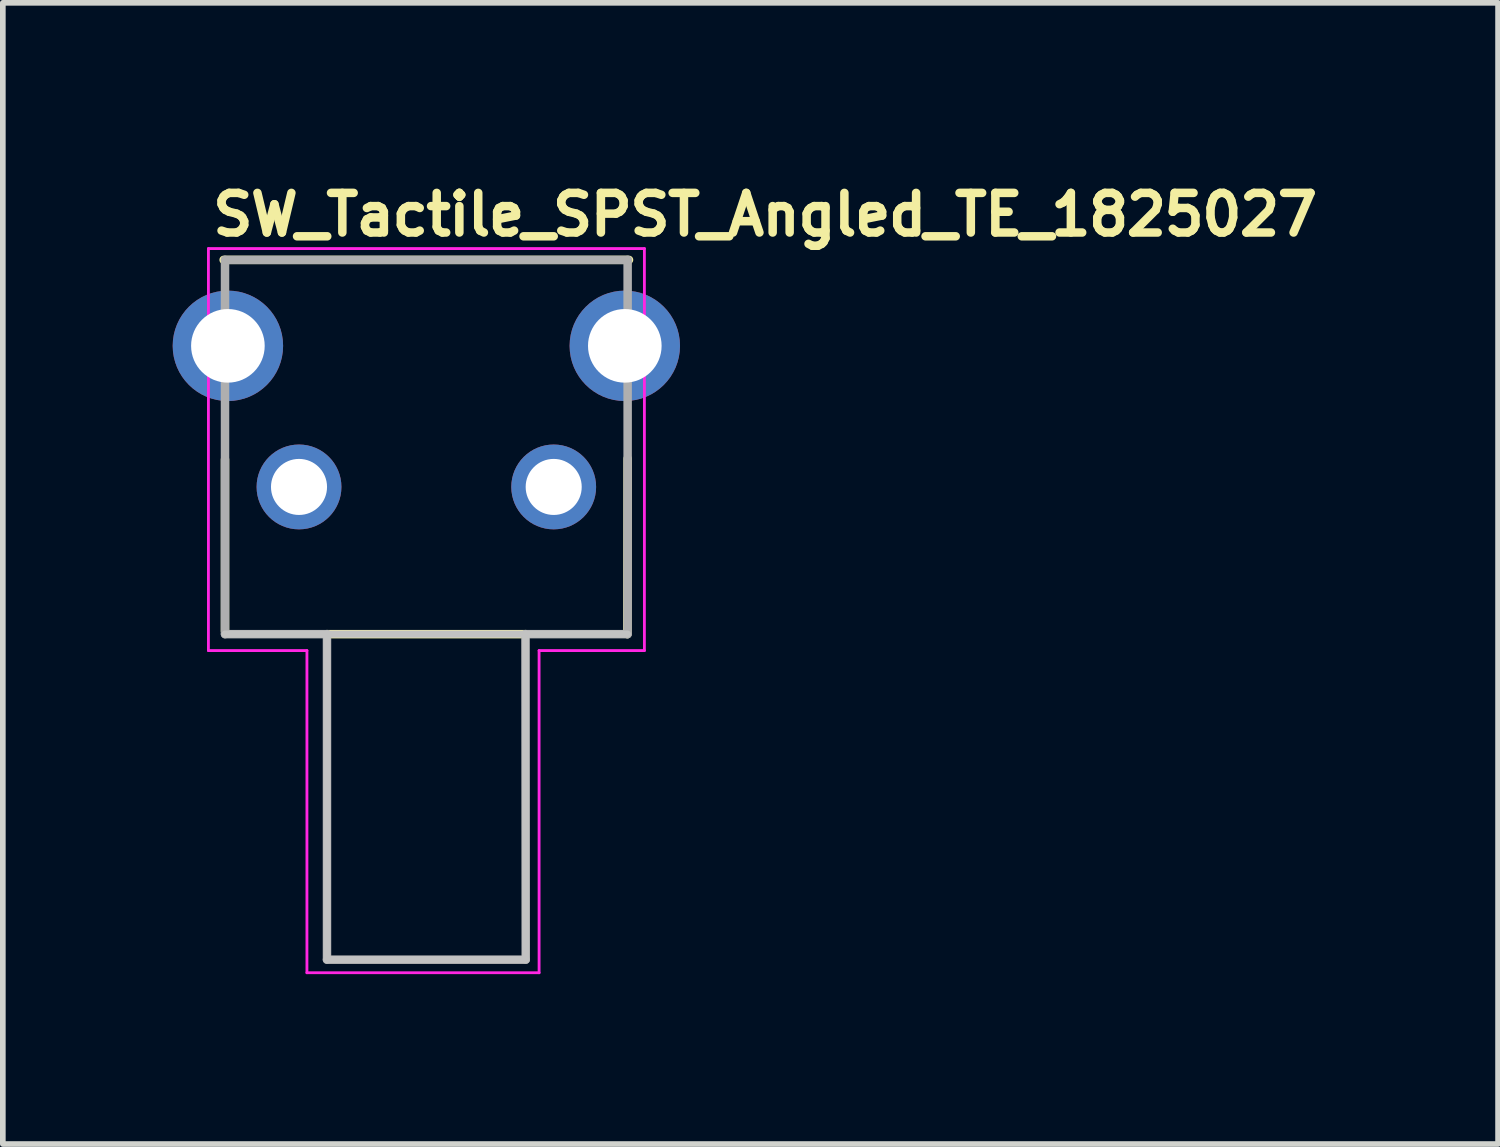
<source format=kicad_pcb>
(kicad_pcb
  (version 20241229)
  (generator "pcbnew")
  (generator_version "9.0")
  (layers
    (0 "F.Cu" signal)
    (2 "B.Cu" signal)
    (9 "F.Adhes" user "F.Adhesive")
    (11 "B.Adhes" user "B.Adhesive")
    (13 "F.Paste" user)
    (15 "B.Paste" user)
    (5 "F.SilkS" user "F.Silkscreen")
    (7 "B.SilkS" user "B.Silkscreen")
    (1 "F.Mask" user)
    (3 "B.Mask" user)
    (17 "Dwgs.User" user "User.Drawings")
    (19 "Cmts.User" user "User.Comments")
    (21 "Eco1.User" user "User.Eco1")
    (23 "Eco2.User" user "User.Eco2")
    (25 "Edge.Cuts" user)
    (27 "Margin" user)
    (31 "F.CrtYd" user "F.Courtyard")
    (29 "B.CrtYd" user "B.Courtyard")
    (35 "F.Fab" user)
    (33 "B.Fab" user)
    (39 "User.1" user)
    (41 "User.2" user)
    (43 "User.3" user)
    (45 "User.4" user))
  (footprint "SW_Tactile_SPST_Angled_TE_1825027"
    (layer "F.Cu")
    (at 2.231 5.55)
    (property "Reference" "SW_Tactile_SPST_Angled_TE_1825027" (at -1.6 -4.4 0) (layer "F.SilkS") (effects (font (size 0.7 0.7) (thickness 0.15)) (justify left bottom)))
    (attr through_hole)
    (fp_line (start -1.331 -4.01) (end 5.828 -4.01) (stroke (width 0.15) (type solid)) (layer "F.SilkS"))
    (fp_line (start -1.307 2.548) (end -1.307 -0.485) (stroke (width 0.15) (type solid)) (layer "F.SilkS"))
    (fp_line (start 4.004 2.6) (end 0.494 2.6) (stroke (width 0.15) (type solid)) (layer "F.SilkS"))
    (fp_line (start 5.804 -0.5) (end 5.799 2.6) (stroke (width 0.15) (type solid)) (layer "F.SilkS"))
    (fp_line (start 0.494 2.6) (end -1.307 2.6) (stroke (width 0.127) (type solid)) (layer "Dwgs.User"))
    (fp_line (start 0.494 2.6) (end 0.494 8.349) (stroke (width 0.127) (type solid)) (layer "Dwgs.User"))
    (fp_line (start 0.494 8.349) (end 4.004 8.349) (stroke (width 0.127) (type solid)) (layer "Dwgs.User"))
    (fp_line (start 4.004 2.6) (end 0.494 2.6) (stroke (width 0.127) (type solid)) (layer "Dwgs.User"))
    (fp_line (start 4.004 8.349) (end 4.004 2.6) (stroke (width 0.127) (type solid)) (layer "Dwgs.User"))
    (fp_line (start 5.799 2.6) (end 3.999 2.6) (stroke (width 0.127) (type solid)) (layer "Dwgs.User"))
    (fp_line (start -1.6 -4.21) (end -1.6 2.89) (stroke (width 0.05) (type solid)) (layer "F.CrtYd"))
    (fp_line (start -1.6 2.89) (end 0.14 2.89) (stroke (width 0.05) (type solid)) (layer "F.CrtYd"))
    (fp_line (start 0.14 2.89) (end 0.14 8.58) (stroke (width 0.05) (type solid)) (layer "F.CrtYd"))
    (fp_line (start 0.14 8.58) (end 4.24 8.58) (stroke (width 0.05) (type solid)) (layer "F.CrtYd"))
    (fp_line (start 4.24 2.89) (end 6.1 2.89) (stroke (width 0.05) (type solid)) (layer "F.CrtYd"))
    (fp_line (start 4.24 8.58) (end 4.24 2.89) (stroke (width 0.05) (type solid)) (layer "F.CrtYd"))
    (fp_line (start 6.1 -4.21) (end -1.6 -4.21) (stroke (width 0.05) (type solid)) (layer "F.CrtYd"))
    (fp_line (start 6.1 2.89) (end 6.1 -4.21) (stroke (width 0.05) (type solid)) (layer "F.CrtYd"))
    (fp_line (start -1.307 -4.01) (end 5.804 -4.01) (stroke (width 0.15) (type solid)) (layer "F.Fab"))
    (fp_line (start -1.307 2.6) (end -1.307 -4.01) (stroke (width 0.15) (type solid)) (layer "F.Fab"))
    (fp_line (start 0.494 2.6) (end -1.307 2.6) (stroke (width 0.15) (type solid)) (layer "F.Fab"))
    (fp_line (start 0.494 2.6) (end 0.494 8.349) (stroke (width 0.15) (type solid)) (layer "F.Fab"))
    (fp_line (start 0.494 8.349) (end 4.004 8.349) (stroke (width 0.15) (type solid)) (layer "F.Fab"))
    (fp_line (start 4.004 8.349) (end 3.999 2.6) (stroke (width 0.15) (type solid)) (layer "F.Fab"))
    (fp_line (start 5.799 2.6) (end 3.999 2.6) (stroke (width 0.15) (type solid)) (layer "F.Fab"))
    (fp_line (start 5.804 -4.01) (end 5.804 2.6) (stroke (width 0.15) (type solid)) (layer "F.Fab"))
    (fp_rect (start -1.954 -4.02) (end 6.453 8.351) (stroke (width 0.1) (type solid)) (fill no) (layer "User.5"))
    (fp_line (start -1.954 -2.991) (end -1.954 -2) (stroke (width 0.02) (type solid)) (layer "User.9"))
    (fp_line (start -1.954 -2.991) (end -1.861 -2.991) (stroke (width 0.02) (type solid)) (layer "User.9"))
    (fp_line (start -1.954 -2) (end -1.861 -2) (stroke (width 0.02) (type solid)) (layer "User.9"))
    (fp_line (start -1.911 -2.991) (end -1.861 -2.991) (stroke (width 0.02) (type solid)) (layer "User.9"))
    (fp_line (start -1.911 -2) (end -1.861 -2) (stroke (width 0.02) (type solid)) (layer "User.9"))
    (fp_line (start -1.861 -2.991) (end -1.329 -2.991) (stroke (width 0.02) (type solid)) (layer "User.9"))
    (fp_line (start -1.861 -2) (end -1.329 -2) (stroke (width 0.02) (type solid)) (layer "User.9"))
    (fp_line (start -1.329 -2.991) (end -1.307 -2.991) (stroke (width 0.02) (type solid)) (layer "User.9"))
    (fp_line (start -1.329 -2) (end -1.307 -2) (stroke (width 0.02) (type solid)) (layer "User.9"))
    (fp_line (start -1.307 -4.02) (end -1.307 -2.672) (stroke (width 0.02) (type solid)) (layer "User.9"))
    (fp_line (start -1.307 -2.672) (end -1.307 -1.073) (stroke (width 0.02) (type solid)) (layer "User.9"))
    (fp_line (start -1.307 -1.073) (end -1.307 -0.566) (stroke (width 0.02) (type solid)) (layer "User.9"))
    (fp_line (start -1.307 -0.591) (end -1.307 -0.566) (stroke (width 0.02) (type solid)) (layer "User.9"))
    (fp_line (start -1.307 2.152) (end -1.307 -0.566) (stroke (width 0.02) (type solid)) (layer "User.9"))
    (fp_line (start -1.307 2.152) (end -1.307 2.175) (stroke (width 0.02) (type solid)) (layer "User.9"))
    (fp_line (start -1.307 2.175) (end -1.305 2.196) (stroke (width 0.02) (type solid)) (layer "User.9"))
    (fp_line (start -1.305 -0.617) (end -1.307 -0.591) (stroke (width 0.02) (type solid)) (layer "User.9"))
    (fp_line (start -1.305 2.196) (end -1.303 2.217) (stroke (width 0.02) (type solid)) (layer "User.9"))
    (fp_line (start -1.303 2.217) (end -1.299 2.237) (stroke (width 0.02) (type solid)) (layer "User.9"))
    (fp_line (start -1.301 -0.643) (end -1.305 -0.617) (stroke (width 0.02) (type solid)) (layer "User.9"))
    (fp_line (start -1.299 2.237) (end -1.295 2.258) (stroke (width 0.02) (type solid)) (layer "User.9"))
    (fp_line (start -1.297 -0.668) (end -1.301 -0.643) (stroke (width 0.02) (type solid)) (layer "User.9"))
    (fp_line (start -1.295 2.258) (end -1.289 2.278) (stroke (width 0.02) (type solid)) (layer "User.9"))
    (fp_line (start -1.291 -0.693) (end -1.297 -0.668) (stroke (width 0.02) (type solid)) (layer "User.9"))
    (fp_line (start -1.289 2.278) (end -1.283 2.298) (stroke (width 0.02) (type solid)) (layer "User.9"))
    (fp_line (start -1.285 -0.716) (end -1.291 -0.693) (stroke (width 0.02) (type solid)) (layer "User.9"))
    (fp_line (start -1.283 2.298) (end -1.276 2.318) (stroke (width 0.02) (type solid)) (layer "User.9"))
    (fp_line (start -1.276 -0.739) (end -1.285 -0.716) (stroke (width 0.02) (type solid)) (layer "User.9"))
    (fp_line (start -1.276 2.318) (end -1.268 2.338) (stroke (width 0.02) (type solid)) (layer "User.9"))
    (fp_line (start -1.268 -0.762) (end -1.276 -0.739) (stroke (width 0.02) (type solid)) (layer "User.9"))
    (fp_line (start -1.268 2.338) (end -1.26 2.355) (stroke (width 0.02) (type solid)) (layer "User.9"))
    (fp_line (start -1.26 2.355) (end -1.25 2.374) (stroke (width 0.02) (type solid)) (layer "User.9"))
    (fp_line (start -1.256 -0.786) (end -1.268 -0.762) (stroke (width 0.02) (type solid)) (layer "User.9"))
    (fp_line (start -1.25 2.374) (end -1.24 2.391) (stroke (width 0.02) (type solid)) (layer "User.9"))
    (fp_line (start -1.246 -0.808) (end -1.256 -0.786) (stroke (width 0.02) (type solid)) (layer "User.9"))
    (fp_line (start -1.24 2.391) (end -1.228 2.41) (stroke (width 0.02) (type solid)) (layer "User.9"))
    (fp_line (start -1.234 -0.829) (end -1.246 -0.808) (stroke (width 0.02) (type solid)) (layer "User.9"))
    (fp_line (start -1.228 2.41) (end -1.216 2.426) (stroke (width 0.02) (type solid)) (layer "User.9"))
    (fp_line (start -1.22 -0.849) (end -1.234 -0.829) (stroke (width 0.02) (type solid)) (layer "User.9"))
    (fp_line (start -1.216 2.426) (end -1.204 2.442) (stroke (width 0.02) (type solid)) (layer "User.9"))
    (fp_line (start -1.206 -0.869) (end -1.22 -0.849) (stroke (width 0.02) (type solid)) (layer "User.9"))
    (fp_line (start -1.204 2.442) (end -1.19 2.458) (stroke (width 0.02) (type solid)) (layer "User.9"))
    (fp_line (start -1.19 -0.888) (end -1.206 -0.869) (stroke (width 0.02) (type solid)) (layer "User.9"))
    (fp_line (start -1.19 2.458) (end -1.176 2.472) (stroke (width 0.02) (type solid)) (layer "User.9"))
    (fp_line (start -1.176 -0.907) (end -1.19 -0.888) (stroke (width 0.02) (type solid)) (layer "User.9"))
    (fp_line (start -1.176 2.472) (end -1.162 2.487) (stroke (width 0.02) (type solid)) (layer "User.9"))
    (fp_line (start -1.162 2.487) (end -1.147 2.5) (stroke (width 0.02) (type solid)) (layer "User.9"))
    (fp_line (start -1.158 -0.925) (end -1.176 -0.907) (stroke (width 0.02) (type solid)) (layer "User.9"))
    (fp_line (start -1.147 2.5) (end -1.131 2.514) (stroke (width 0.02) (type solid)) (layer "User.9"))
    (fp_line (start -1.141 -0.942) (end -1.158 -0.925) (stroke (width 0.02) (type solid)) (layer "User.9"))
    (fp_line (start -1.131 2.514) (end -1.115 2.526) (stroke (width 0.02) (type solid)) (layer "User.9"))
    (fp_line (start -1.123 -0.958) (end -1.141 -0.942) (stroke (width 0.02) (type solid)) (layer "User.9"))
    (fp_line (start -1.115 2.526) (end -1.097 2.538) (stroke (width 0.02) (type solid)) (layer "User.9"))
    (fp_line (start -1.103 -0.972) (end -1.123 -0.958) (stroke (width 0.02) (type solid)) (layer "User.9"))
    (fp_line (start -1.097 2.538) (end -1.079 2.547) (stroke (width 0.02) (type solid)) (layer "User.9"))
    (fp_line (start -1.083 -0.986) (end -1.103 -0.972) (stroke (width 0.02) (type solid)) (layer "User.9"))
    (fp_line (start -1.079 2.547) (end -1.061 2.558) (stroke (width 0.02) (type solid)) (layer "User.9"))
    (fp_line (start -1.063 -0.999) (end -1.083 -0.986) (stroke (width 0.02) (type solid)) (layer "User.9"))
    (fp_line (start -1.061 2.558) (end -1.043 2.568) (stroke (width 0.02) (type solid)) (layer "User.9"))
    (fp_line (start -1.043 2.568) (end -1.024 2.576) (stroke (width 0.02) (type solid)) (layer "User.9"))
    (fp_line (start -1.041 -1.012) (end -1.063 -0.999) (stroke (width 0.02) (type solid)) (layer "User.9"))
    (fp_line (start -1.024 2.576) (end -1.004 2.583) (stroke (width 0.02) (type solid)) (layer "User.9"))
    (fp_line (start -1.02 -1.024) (end -1.041 -1.012) (stroke (width 0.02) (type solid)) (layer "User.9"))
    (fp_line (start -1.004 2.583) (end -0.984 2.589) (stroke (width 0.02) (type solid)) (layer "User.9"))
    (fp_line (start -0.996 -1.033) (end -1.02 -1.024) (stroke (width 0.02) (type solid)) (layer "User.9"))
    (fp_line (start -0.984 2.589) (end -0.964 2.596) (stroke (width 0.02) (type solid)) (layer "User.9"))
    (fp_line (start -0.973 -1.043) (end -0.996 -1.033) (stroke (width 0.02) (type solid)) (layer "User.9"))
    (fp_line (start -0.964 2.596) (end -0.944 2.6) (stroke (width 0.02) (type solid)) (layer "User.9"))
    (fp_line (start -0.951 -1.051) (end -0.973 -1.043) (stroke (width 0.02) (type solid)) (layer "User.9"))
    (fp_line (start -0.944 2.6) (end -0.923 2.604) (stroke (width 0.02) (type solid)) (layer "User.9"))
    (fp_line (start -0.926 -1.057) (end -0.951 -1.051) (stroke (width 0.02) (type solid)) (layer "User.9"))
    (fp_line (start -0.923 2.604) (end -0.901 2.607) (stroke (width 0.02) (type solid)) (layer "User.9"))
    (fp_line (start -0.902 -1.063) (end -0.926 -1.057) (stroke (width 0.02) (type solid)) (layer "User.9"))
    (fp_line (start -0.901 -4.02) (end -1.307 -4.02) (stroke (width 0.02) (type solid)) (layer "User.9"))
    (fp_line (start -0.901 -4.02) (end -0.901 -2.672) (stroke (width 0.02) (type solid)) (layer "User.9"))
    (fp_line (start -0.901 -2.672) (end -1.307 -2.672) (stroke (width 0.02) (type solid)) (layer "User.9"))
    (fp_line (start -0.901 -2.672) (end -0.901 -1.073) (stroke (width 0.02) (type solid)) (layer "User.9"))
    (fp_line (start -0.901 -1.073) (end -0.901 -1.063) (stroke (width 0.02) (type solid)) (layer "User.9"))
    (fp_line (start -0.901 -0.576) (end -0.901 -0.571) (stroke (width 0.02) (type solid)) (layer "User.9"))
    (fp_line (start -0.901 -0.571) (end -0.901 -0.566) (stroke (width 0.02) (type solid)) (layer "User.9"))
    (fp_line (start -0.901 -0.566) (end -0.898 -0.59) (stroke (width 0.02) (type solid)) (layer "User.9"))
    (fp_line (start -0.901 2.152) (end -0.901 -0.566) (stroke (width 0.02) (type solid)) (layer "User.9"))
    (fp_line (start -0.901 2.152) (end -0.901 2.156) (stroke (width 0.02) (type solid)) (layer "User.9"))
    (fp_line (start -0.901 2.155) (end -0.901 2.152) (stroke (width 0.02) (type solid)) (layer "User.9"))
    (fp_line (start -0.901 2.156) (end -0.901 2.155) (stroke (width 0.02) (type solid)) (layer "User.9"))
    (fp_line (start -0.901 2.156) (end -0.901 2.156) (stroke (width 0.02) (type solid)) (layer "User.9"))
    (fp_line (start -0.901 2.156) (end -0.901 2.157) (stroke (width 0.02) (type solid)) (layer "User.9"))
    (fp_line (start -0.901 2.157) (end -0.901 2.16) (stroke (width 0.02) (type solid)) (layer "User.9"))
    (fp_line (start -0.901 2.159) (end -0.901 2.156) (stroke (width 0.02) (type solid)) (layer "User.9"))
    (fp_line (start -0.901 2.16) (end -0.901 2.159) (stroke (width 0.02) (type solid)) (layer "User.9"))
    (fp_line (start -0.901 2.16) (end -0.9 2.163) (stroke (width 0.02) (type solid)) (layer "User.9"))
    (fp_line (start -0.901 2.607) (end -0.849 2.609) (stroke (width 0.02) (type solid)) (layer "User.9"))
    (fp_line (start -0.9 -0.58) (end -0.901 -0.576) (stroke (width 0.02) (type solid)) (layer "User.9"))
    (fp_line (start -0.9 2.161) (end -0.901 2.16) (stroke (width 0.02) (type solid)) (layer "User.9"))
    (fp_line (start -0.9 2.163) (end -0.9 2.161) (stroke (width 0.02) (type solid)) (layer "User.9"))
    (fp_line (start -0.9 2.163) (end -0.9 2.165) (stroke (width 0.02) (type solid)) (layer "User.9"))
    (fp_line (start -0.9 2.164) (end -0.9 2.163) (stroke (width 0.02) (type solid)) (layer "User.9"))
    (fp_line (start -0.9 2.165) (end -0.899 2.168) (stroke (width 0.02) (type solid)) (layer "User.9"))
    (fp_line (start -0.899 -0.585) (end -0.9 -0.58) (stroke (width 0.02) (type solid)) (layer "User.9"))
    (fp_line (start -0.899 2.165) (end -0.9 2.164) (stroke (width 0.02) (type solid)) (layer "User.9"))
    (fp_line (start -0.899 2.167) (end -0.899 2.165) (stroke (width 0.02) (type solid)) (layer "User.9"))
    (fp_line (start -0.899 2.168) (end -0.899 2.167) (stroke (width 0.02) (type solid)) (layer "User.9"))
    (fp_line (start -0.899 2.168) (end -0.898 2.169) (stroke (width 0.02) (type solid)) (layer "User.9"))
    (fp_line (start -0.898 -0.59) (end -0.899 -0.585) (stroke (width 0.02) (type solid)) (layer "User.9"))
    (fp_line (start -0.898 2.169) (end -0.899 2.168) (stroke (width 0.02) (type solid)) (layer "User.9"))
    (fp_line (start -0.898 2.169) (end -0.896 2.172) (stroke (width 0.02) (type solid)) (layer "User.9"))
    (fp_line (start -0.898 2.171) (end -0.898 2.169) (stroke (width 0.02) (type solid)) (layer "User.9"))
    (fp_line (start -0.896 -0.595) (end -0.898 -0.59) (stroke (width 0.02) (type solid)) (layer "User.9"))
    (fp_line (start -0.896 2.172) (end -0.898 2.171) (stroke (width 0.02) (type solid)) (layer "User.9"))
    (fp_line (start -0.896 2.172) (end -0.895 2.175) (stroke (width 0.02) (type solid)) (layer "User.9"))
    (fp_line (start -0.896 2.173) (end -0.896 2.172) (stroke (width 0.02) (type solid)) (layer "User.9"))
    (fp_line (start -0.895 2.175) (end -0.894 2.177) (stroke (width 0.02) (type solid)) (layer "User.9"))
    (fp_line (start -0.895 2.176) (end -0.896 2.173) (stroke (width 0.02) (type solid)) (layer "User.9"))
    (fp_line (start -0.894 -0.6) (end -0.896 -0.595) (stroke (width 0.02) (type solid)) (layer "User.9"))
    (fp_line (start -0.894 2.177) (end -0.893 2.178) (stroke (width 0.02) (type solid)) (layer "User.9"))
    (fp_line (start -0.893 2.178) (end -0.891 2.181) (stroke (width 0.02) (type solid)) (layer "User.9"))
    (fp_line (start -0.892 -0.604) (end -0.894 -0.6) (stroke (width 0.02) (type solid)) (layer "User.9"))
    (fp_line (start -0.891 2.181) (end -0.89 2.184) (stroke (width 0.02) (type solid)) (layer "User.9"))
    (fp_line (start -0.89 -0.609) (end -0.892 -0.604) (stroke (width 0.02) (type solid)) (layer "User.9"))
    (fp_line (start -0.89 2.184) (end -0.888 2.185) (stroke (width 0.02) (type solid)) (layer "User.9"))
    (fp_line (start -0.888 -0.613) (end -0.89 -0.609) (stroke (width 0.02) (type solid)) (layer "User.9"))
    (fp_line (start -0.888 2.185) (end -0.887 2.186) (stroke (width 0.02) (type solid)) (layer "User.9"))
    (fp_line (start -0.887 2.186) (end -0.885 2.189) (stroke (width 0.02) (type solid)) (layer "User.9"))
    (fp_line (start -0.885 -0.617) (end -0.888 -0.613) (stroke (width 0.02) (type solid)) (layer "User.9"))
    (fp_line (start -0.885 2.189) (end -0.883 2.19) (stroke (width 0.02) (type solid)) (layer "User.9"))
    (fp_line (start -0.883 -0.622) (end -0.885 -0.617) (stroke (width 0.02) (type solid)) (layer "User.9"))
    (fp_line (start -0.883 2.19) (end -0.881 2.193) (stroke (width 0.02) (type solid)) (layer "User.9"))
    (fp_line (start -0.881 2.193) (end -0.879 2.193) (stroke (width 0.02) (type solid)) (layer "User.9"))
    (fp_line (start -0.88 -0.625) (end -0.883 -0.622) (stroke (width 0.02) (type solid)) (layer "User.9"))
    (fp_line (start -0.879 2.193) (end -0.877 2.196) (stroke (width 0.02) (type solid)) (layer "User.9"))
    (fp_line (start -0.877 -0.629) (end -0.88 -0.625) (stroke (width 0.02) (type solid)) (layer "User.9"))
    (fp_line (start -0.877 2.196) (end -0.878 2.194) (stroke (width 0.02) (type solid)) (layer "User.9"))
    (fp_line (start -0.877 2.196) (end -0.875 2.197) (stroke (width 0.02) (type solid)) (layer "User.9"))
    (fp_line (start -0.876 -1.067) (end -0.902 -1.063) (stroke (width 0.02) (type solid)) (layer "User.9"))
    (fp_line (start -0.875 2.197) (end -0.877 2.196) (stroke (width 0.02) (type solid)) (layer "User.9"))
    (fp_line (start -0.875 2.197) (end -0.873 2.197) (stroke (width 0.02) (type solid)) (layer "User.9"))
    (fp_line (start -0.874 -0.633) (end -0.877 -0.629) (stroke (width 0.02) (type solid)) (layer "User.9"))
    (fp_line (start -0.873 2.197) (end -0.875 2.197) (stroke (width 0.02) (type solid)) (layer "User.9"))
    (fp_line (start -0.873 2.197) (end -0.871 2.198) (stroke (width 0.02) (type solid)) (layer "User.9"))
    (fp_line (start -0.871 2.198) (end -0.873 2.197) (stroke (width 0.02) (type solid)) (layer "User.9"))
    (fp_line (start -0.871 2.198) (end -0.868 2.2) (stroke (width 0.02) (type solid)) (layer "User.9"))
    (fp_line (start -0.87 -0.637) (end -0.874 -0.633) (stroke (width 0.02) (type solid)) (layer "User.9"))
    (fp_line (start -0.87 2.2) (end -0.871 2.198) (stroke (width 0.02) (type solid)) (layer "User.9"))
    (fp_line (start -0.868 2.2) (end -0.87 2.2) (stroke (width 0.02) (type solid)) (layer "User.9"))
    (fp_line (start -0.868 2.2) (end -0.866 2.201) (stroke (width 0.02) (type solid)) (layer "User.9"))
    (fp_line (start -0.867 -0.64) (end -0.87 -0.637) (stroke (width 0.02) (type solid)) (layer "User.9"))
    (fp_line (start -0.866 2.201) (end -0.868 2.2) (stroke (width 0.02) (type solid)) (layer "User.9"))
    (fp_line (start -0.866 2.201) (end -0.864 2.201) (stroke (width 0.02) (type solid)) (layer "User.9"))
    (fp_line (start -0.864 2.201) (end -0.866 2.201) (stroke (width 0.02) (type solid)) (layer "User.9"))
    (fp_line (start -0.864 2.201) (end -0.861 2.202) (stroke (width 0.02) (type solid)) (layer "User.9"))
    (fp_line (start -0.863 -0.644) (end -0.867 -0.64) (stroke (width 0.02) (type solid)) (layer "User.9"))
    (fp_line (start -0.863 2.201) (end -0.864 2.201) (stroke (width 0.02) (type solid)) (layer "User.9"))
    (fp_line (start -0.861 2.202) (end -0.863 2.201) (stroke (width 0.02) (type solid)) (layer "User.9"))
    (fp_line (start -0.861 2.202) (end -0.859 2.202) (stroke (width 0.02) (type solid)) (layer "User.9"))
    (fp_line (start -0.859 -0.647) (end -0.863 -0.644) (stroke (width 0.02) (type solid)) (layer "User.9"))
    (fp_line (start -0.859 2.202) (end -0.861 2.202) (stroke (width 0.02) (type solid)) (layer "User.9"))
    (fp_line (start -0.859 2.202) (end -0.857 2.204) (stroke (width 0.02) (type solid)) (layer "User.9"))
    (fp_line (start -0.857 2.202) (end -0.859 2.202) (stroke (width 0.02) (type solid)) (layer "User.9"))
    (fp_line (start -0.857 2.204) (end -0.854 2.204) (stroke (width 0.02) (type solid)) (layer "User.9"))
    (fp_line (start -0.855 -0.65) (end -0.859 -0.647) (stroke (width 0.02) (type solid)) (layer "User.9"))
    (fp_line (start -0.855 2.204) (end -0.857 2.202) (stroke (width 0.02) (type solid)) (layer "User.9"))
    (fp_line (start -0.854 2.204) (end -0.852 2.204) (stroke (width 0.02) (type solid)) (layer "User.9"))
    (fp_line (start -0.853 2.204) (end -0.855 2.204) (stroke (width 0.02) (type solid)) (layer "User.9"))
    (fp_line (start -0.852 2.204) (end -0.849 2.204) (stroke (width 0.02) (type solid)) (layer "User.9"))
    (fp_line (start -0.851 -0.653) (end -0.855 -0.65) (stroke (width 0.02) (type solid)) (layer "User.9"))
    (fp_line (start -0.851 2.204) (end -0.853 2.204) (stroke (width 0.02) (type solid)) (layer "User.9"))
    (fp_line (start -0.85 -1.071) (end -0.876 -1.067) (stroke (width 0.02) (type solid)) (layer "User.9"))
    (fp_line (start -0.849 2.204) (end -0.851 2.204) (stroke (width 0.02) (type solid)) (layer "User.9"))
    (fp_line (start -0.849 2.204) (end -0.748 2.204) (stroke (width 0.02) (type solid)) (layer "User.9"))
    (fp_line (start -0.849 2.609) (end -0.901 2.607) (stroke (width 0.02) (type solid)) (layer "User.9"))
    (fp_line (start -0.847 -0.655) (end -0.851 -0.653) (stroke (width 0.02) (type solid)) (layer "User.9"))
    (fp_line (start -0.843 -0.657) (end -0.847 -0.655) (stroke (width 0.02) (type solid)) (layer "User.9"))
    (fp_line (start -0.838 -0.659) (end -0.843 -0.657) (stroke (width 0.02) (type solid)) (layer "User.9"))
    (fp_line (start -0.833 -0.661) (end -0.838 -0.659) (stroke (width 0.02) (type solid)) (layer "User.9"))
    (fp_line (start -0.83 -0.663) (end -0.833 -0.661) (stroke (width 0.02) (type solid)) (layer "User.9"))
    (fp_line (start -0.826 -1.073) (end -0.85 -1.071) (stroke (width 0.02) (type solid)) (layer "User.9"))
    (fp_line (start -0.825 -0.664) (end -0.83 -0.663) (stroke (width 0.02) (type solid)) (layer "User.9"))
    (fp_line (start -0.82 -0.665) (end -0.825 -0.664) (stroke (width 0.02) (type solid)) (layer "User.9"))
    (fp_line (start -0.815 -0.666) (end -0.82 -0.665) (stroke (width 0.02) (type solid)) (layer "User.9"))
    (fp_line (start -0.81 -0.667) (end -0.815 -0.666) (stroke (width 0.02) (type solid)) (layer "User.9"))
    (fp_line (start -0.805 -0.667) (end -0.81 -0.667) (stroke (width 0.02) (type solid)) (layer "User.9"))
    (fp_line (start -0.8 -1.073) (end -0.826 -1.073) (stroke (width 0.02) (type solid)) (layer "User.9"))
    (fp_line (start -0.8 -1.073) (end -0.748 -1.073) (stroke (width 0.02) (type solid)) (layer "User.9"))
    (fp_line (start -0.8 -0.667) (end -0.805 -0.667) (stroke (width 0.02) (type solid)) (layer "User.9"))
    (fp_line (start -0.8 -0.667) (end -0.748 -0.667) (stroke (width 0.02) (type solid)) (layer "User.9"))
    (fp_line (start -0.748 -1.073) (end -0.748 2.204) (stroke (width 0.02) (type solid)) (layer "User.9"))
    (fp_line (start -0.748 2.204) (end -0.748 2.609) (stroke (width 0.02) (type solid)) (layer "User.9"))
    (fp_line (start -0.748 2.204) (end 5.246 2.204) (stroke (width 0.02) (type solid)) (layer "User.9"))
    (fp_line (start -0.748 2.609) (end -0.849 2.609) (stroke (width 0.02) (type solid)) (layer "User.9"))
    (fp_line (start -0.291 2.609) (end -0.291 2.914) (stroke (width 0.02) (type solid)) (layer "User.9"))
    (fp_line (start -0.279 2.914) (end -0.291 2.914) (stroke (width 0.02) (type solid)) (layer "User.9"))
    (fp_line (start -0.279 2.914) (end -0.279 2.914) (stroke (width 0.02) (type solid)) (layer "User.9"))
    (fp_line (start -0.24 2.914) (end -0.279 2.914) (stroke (width 0.02) (type solid)) (layer "User.9"))
    (fp_line (start -0.24 2.914) (end -0.24 2.914) (stroke (width 0.02) (type solid)) (layer "User.9"))
    (fp_line (start -0.18 2.914) (end -0.24 2.914) (stroke (width 0.02) (type solid)) (layer "User.9"))
    (fp_line (start -0.18 2.914) (end -0.18 2.914) (stroke (width 0.02) (type solid)) (layer "User.9"))
    (fp_line (start -0.1 2.914) (end -0.18 2.914) (stroke (width 0.02) (type solid)) (layer "User.9"))
    (fp_line (start -0.1 2.914) (end -0.1 2.914) (stroke (width 0.02) (type solid)) (layer "User.9"))
    (fp_line (start -0.003 2.914) (end -0.1 2.914) (stroke (width 0.02) (type solid)) (layer "User.9"))
    (fp_line (start -0.003 2.914) (end -0.003 2.914) (stroke (width 0.02) (type solid)) (layer "User.9"))
    (fp_line (start 0.104 2.914) (end -0.003 2.914) (stroke (width 0.02) (type solid)) (layer "User.9"))
    (fp_line (start 0.104 2.914) (end 0.104 2.914) (stroke (width 0.02) (type solid)) (layer "User.9"))
    (fp_line (start 0.216 2.914) (end 0.104 2.914) (stroke (width 0.02) (type solid)) (layer "User.9"))
    (fp_line (start 0.216 2.914) (end 0.216 2.914) (stroke (width 0.02) (type solid)) (layer "User.9"))
    (fp_line (start 0.437 2.914) (end 0.216 2.914) (stroke (width 0.02) (type solid)) (layer "User.9"))
    (fp_line (start 0.437 2.914) (end 0.437 2.914) (stroke (width 0.02) (type solid)) (layer "User.9"))
    (fp_line (start 0.534 2.914) (end 0.437 2.914) (stroke (width 0.02) (type solid)) (layer "User.9"))
    (fp_line (start 0.534 2.914) (end 0.534 2.914) (stroke (width 0.02) (type solid)) (layer "User.9"))
    (fp_line (start 0.614 2.914) (end 0.534 2.914) (stroke (width 0.02) (type solid)) (layer "User.9"))
    (fp_line (start 0.614 2.914) (end 0.614 2.914) (stroke (width 0.02) (type solid)) (layer "User.9"))
    (fp_line (start 0.649 8.153) (end 0.504 2.914) (stroke (width 0.02) (type solid)) (layer "User.9"))
    (fp_line (start 0.649 8.153) (end 0.65 8.163) (stroke (width 0.02) (type solid)) (layer "User.9"))
    (fp_line (start 0.65 8.163) (end 0.651 8.172) (stroke (width 0.02) (type solid)) (layer "User.9"))
    (fp_line (start 0.651 8.172) (end 0.652 8.182) (stroke (width 0.02) (type solid)) (layer "User.9"))
    (fp_line (start 0.652 8.182) (end 0.654 8.192) (stroke (width 0.02) (type solid)) (layer "User.9"))
    (fp_line (start 0.654 8.192) (end 0.657 8.202) (stroke (width 0.02) (type solid)) (layer "User.9"))
    (fp_line (start 0.657 8.202) (end 0.66 8.211) (stroke (width 0.02) (type solid)) (layer "User.9"))
    (fp_line (start 0.66 8.211) (end 0.663 8.22) (stroke (width 0.02) (type solid)) (layer "User.9"))
    (fp_line (start 0.663 8.22) (end 0.667 8.23) (stroke (width 0.02) (type solid)) (layer "User.9"))
    (fp_line (start 0.667 8.23) (end 0.671 8.239) (stroke (width 0.02) (type solid)) (layer "User.9"))
    (fp_line (start 0.671 8.239) (end 0.676 8.247) (stroke (width 0.02) (type solid)) (layer "User.9"))
    (fp_line (start 0.675 2.914) (end 0.614 2.914) (stroke (width 0.02) (type solid)) (layer "User.9"))
    (fp_line (start 0.675 2.914) (end 0.675 2.914) (stroke (width 0.02) (type solid)) (layer "User.9"))
    (fp_line (start 0.676 8.247) (end 0.681 8.256) (stroke (width 0.02) (type solid)) (layer "User.9"))
    (fp_line (start 0.681 8.256) (end 0.686 8.263) (stroke (width 0.02) (type solid)) (layer "User.9"))
    (fp_line (start 0.686 8.263) (end 0.692 8.272) (stroke (width 0.02) (type solid)) (layer "User.9"))
    (fp_line (start 0.692 8.272) (end 0.698 8.278) (stroke (width 0.02) (type solid)) (layer "User.9"))
    (fp_line (start 0.698 8.278) (end 0.703 8.285) (stroke (width 0.02) (type solid)) (layer "User.9"))
    (fp_line (start 0.703 8.285) (end 0.71 8.293) (stroke (width 0.02) (type solid)) (layer "User.9"))
    (fp_line (start 0.71 8.293) (end 0.717 8.3) (stroke (width 0.02) (type solid)) (layer "User.9"))
    (fp_line (start 0.712 2.914) (end 0.675 2.914) (stroke (width 0.02) (type solid)) (layer "User.9"))
    (fp_line (start 0.712 2.914) (end 0.712 2.914) (stroke (width 0.02) (type solid)) (layer "User.9"))
    (fp_line (start 0.717 8.3) (end 0.724 8.306) (stroke (width 0.02) (type solid)) (layer "User.9"))
    (fp_line (start 0.724 2.609) (end 0.724 2.914) (stroke (width 0.02) (type solid)) (layer "User.9"))
    (fp_line (start 0.724 2.914) (end 0.712 2.914) (stroke (width 0.02) (type solid)) (layer "User.9"))
    (fp_line (start 0.724 8.306) (end 0.732 8.311) (stroke (width 0.02) (type solid)) (layer "User.9"))
    (fp_line (start 0.732 8.311) (end 0.74 8.316) (stroke (width 0.02) (type solid)) (layer "User.9"))
    (fp_line (start 0.74 8.316) (end 0.748 8.322) (stroke (width 0.02) (type solid)) (layer "User.9"))
    (fp_line (start 0.748 8.322) (end 0.756 8.326) (stroke (width 0.02) (type solid)) (layer "User.9"))
    (fp_line (start 0.756 8.326) (end 0.765 8.33) (stroke (width 0.02) (type solid)) (layer "User.9"))
    (fp_line (start 0.765 8.33) (end 0.775 8.335) (stroke (width 0.02) (type solid)) (layer "User.9"))
    (fp_line (start 0.775 8.335) (end 0.784 8.339) (stroke (width 0.02) (type solid)) (layer "User.9"))
    (fp_line (start 0.784 8.339) (end 0.793 8.342) (stroke (width 0.02) (type solid)) (layer "User.9"))
    (fp_line (start 0.793 8.342) (end 0.803 8.345) (stroke (width 0.02) (type solid)) (layer "User.9"))
    (fp_line (start 0.803 8.345) (end 0.812 8.346) (stroke (width 0.02) (type solid)) (layer "User.9"))
    (fp_line (start 0.812 8.346) (end 0.822 8.348) (stroke (width 0.02) (type solid)) (layer "User.9"))
    (fp_line (start 0.822 8.348) (end 0.832 8.349) (stroke (width 0.02) (type solid)) (layer "User.9"))
    (fp_line (start 0.832 8.349) (end 0.841 8.349) (stroke (width 0.02) (type solid)) (layer "User.9"))
    (fp_line (start 0.841 8.349) (end 0.851 8.351) (stroke (width 0.02) (type solid)) (layer "User.9"))
    (fp_line (start 0.851 8.351) (end 0.886 8.351) (stroke (width 0.02) (type solid)) (layer "User.9"))
    (fp_line (start 0.886 8.351) (end 0.851 8.351) (stroke (width 0.02) (type solid)) (layer "User.9"))
    (fp_line (start 0.886 8.351) (end 0.886 8.351) (stroke (width 0.02) (type solid)) (layer "User.9"))
    (fp_line (start 0.886 8.351) (end 0.886 8.351) (stroke (width 0.02) (type solid)) (layer "User.9"))
    (fp_line (start 0.886 8.351) (end 0.99 8.351) (stroke (width 0.02) (type solid)) (layer "User.9"))
    (fp_line (start 0.99 8.351) (end 0.886 8.351) (stroke (width 0.02) (type solid)) (layer "User.9"))
    (fp_line (start 0.99 8.351) (end 0.99 8.351) (stroke (width 0.02) (type solid)) (layer "User.9"))
    (fp_line (start 0.99 8.351) (end 0.99 8.351) (stroke (width 0.02) (type solid)) (layer "User.9"))
    (fp_line (start 0.99 8.351) (end 1.157 8.351) (stroke (width 0.02) (type solid)) (layer "User.9"))
    (fp_line (start 1.157 8.351) (end 0.99 8.351) (stroke (width 0.02) (type solid)) (layer "User.9"))
    (fp_line (start 1.157 8.351) (end 1.157 8.351) (stroke (width 0.02) (type solid)) (layer "User.9"))
    (fp_line (start 1.157 8.351) (end 1.157 8.351) (stroke (width 0.02) (type solid)) (layer "User.9"))
    (fp_line (start 1.157 8.351) (end 1.378 8.351) (stroke (width 0.02) (type solid)) (layer "User.9"))
    (fp_line (start 1.378 8.351) (end 1.157 8.351) (stroke (width 0.02) (type solid)) (layer "User.9"))
    (fp_line (start 1.378 8.351) (end 1.378 8.351) (stroke (width 0.02) (type solid)) (layer "User.9"))
    (fp_line (start 1.378 8.351) (end 1.378 8.351) (stroke (width 0.02) (type solid)) (layer "User.9"))
    (fp_line (start 1.378 8.351) (end 1.642 8.351) (stroke (width 0.02) (type solid)) (layer "User.9"))
    (fp_line (start 1.642 8.351) (end 1.378 8.351) (stroke (width 0.02) (type solid)) (layer "User.9"))
    (fp_line (start 1.642 8.351) (end 1.642 8.351) (stroke (width 0.02) (type solid)) (layer "User.9"))
    (fp_line (start 1.642 8.351) (end 1.642 8.351) (stroke (width 0.02) (type solid)) (layer "User.9"))
    (fp_line (start 1.642 8.351) (end 1.939 8.351) (stroke (width 0.02) (type solid)) (layer "User.9"))
    (fp_line (start 1.939 8.351) (end 1.642 8.351) (stroke (width 0.02) (type solid)) (layer "User.9"))
    (fp_line (start 1.939 8.351) (end 1.939 8.351) (stroke (width 0.02) (type solid)) (layer "User.9"))
    (fp_line (start 1.939 8.351) (end 1.939 8.351) (stroke (width 0.02) (type solid)) (layer "User.9"))
    (fp_line (start 1.939 8.351) (end 2.249 8.351) (stroke (width 0.02) (type solid)) (layer "User.9"))
    (fp_line (start 2.249 8.351) (end 1.939 8.351) (stroke (width 0.02) (type solid)) (layer "User.9"))
    (fp_line (start 2.249 8.351) (end 2.249 8.351) (stroke (width 0.02) (type solid)) (layer "User.9"))
    (fp_line (start 2.249 8.351) (end 2.249 8.351) (stroke (width 0.02) (type solid)) (layer "User.9"))
    (fp_line (start 2.249 8.351) (end 2.56 8.351) (stroke (width 0.02) (type solid)) (layer "User.9"))
    (fp_line (start 2.56 8.351) (end 2.249 8.351) (stroke (width 0.02) (type solid)) (layer "User.9"))
    (fp_line (start 2.56 8.351) (end 2.56 8.351) (stroke (width 0.02) (type solid)) (layer "User.9"))
    (fp_line (start 2.56 8.351) (end 2.56 8.351) (stroke (width 0.02) (type solid)) (layer "User.9"))
    (fp_line (start 2.56 8.351) (end 2.855 8.351) (stroke (width 0.02) (type solid)) (layer "User.9"))
    (fp_line (start 2.855 8.351) (end 2.56 8.351) (stroke (width 0.02) (type solid)) (layer "User.9"))
    (fp_line (start 2.855 8.351) (end 2.855 8.351) (stroke (width 0.02) (type solid)) (layer "User.9"))
    (fp_line (start 2.855 8.351) (end 2.855 8.351) (stroke (width 0.02) (type solid)) (layer "User.9"))
    (fp_line (start 2.855 8.351) (end 3.12 8.351) (stroke (width 0.02) (type solid)) (layer "User.9"))
    (fp_line (start 3.12 8.351) (end 2.855 8.351) (stroke (width 0.02) (type solid)) (layer "User.9"))
    (fp_line (start 3.12 8.351) (end 3.12 8.351) (stroke (width 0.02) (type solid)) (layer "User.9"))
    (fp_line (start 3.12 8.351) (end 3.12 8.351) (stroke (width 0.02) (type solid)) (layer "User.9"))
    (fp_line (start 3.12 8.351) (end 3.342 8.351) (stroke (width 0.02) (type solid)) (layer "User.9"))
    (fp_line (start 3.342 8.351) (end 3.12 8.351) (stroke (width 0.02) (type solid)) (layer "User.9"))
    (fp_line (start 3.342 8.351) (end 3.342 8.351) (stroke (width 0.02) (type solid)) (layer "User.9"))
    (fp_line (start 3.342 8.351) (end 3.342 8.351) (stroke (width 0.02) (type solid)) (layer "User.9"))
    (fp_line (start 3.342 8.351) (end 3.507 8.351) (stroke (width 0.02) (type solid)) (layer "User.9"))
    (fp_line (start 3.507 8.351) (end 3.342 8.351) (stroke (width 0.02) (type solid)) (layer "User.9"))
    (fp_line (start 3.507 8.351) (end 3.507 8.351) (stroke (width 0.02) (type solid)) (layer "User.9"))
    (fp_line (start 3.507 8.351) (end 3.507 8.351) (stroke (width 0.02) (type solid)) (layer "User.9"))
    (fp_line (start 3.507 8.351) (end 3.612 8.351) (stroke (width 0.02) (type solid)) (layer "User.9"))
    (fp_line (start 3.612 8.351) (end 3.507 8.351) (stroke (width 0.02) (type solid)) (layer "User.9"))
    (fp_line (start 3.612 8.351) (end 3.612 8.351) (stroke (width 0.02) (type solid)) (layer "User.9"))
    (fp_line (start 3.612 8.351) (end 3.612 8.351) (stroke (width 0.02) (type solid)) (layer "User.9"))
    (fp_line (start 3.612 8.351) (end 3.647 8.351) (stroke (width 0.02) (type solid)) (layer "User.9"))
    (fp_line (start 3.647 8.351) (end 3.612 8.351) (stroke (width 0.02) (type solid)) (layer "User.9"))
    (fp_line (start 3.656 8.349) (end 3.647 8.351) (stroke (width 0.02) (type solid)) (layer "User.9"))
    (fp_line (start 3.667 8.349) (end 3.656 8.349) (stroke (width 0.02) (type solid)) (layer "User.9"))
    (fp_line (start 3.676 8.348) (end 3.667 8.349) (stroke (width 0.02) (type solid)) (layer "User.9"))
    (fp_line (start 3.687 8.346) (end 3.676 8.348) (stroke (width 0.02) (type solid)) (layer "User.9"))
    (fp_line (start 3.696 8.345) (end 3.687 8.346) (stroke (width 0.02) (type solid)) (layer "User.9"))
    (fp_line (start 3.705 8.342) (end 3.696 8.345) (stroke (width 0.02) (type solid)) (layer "User.9"))
    (fp_line (start 3.714 8.339) (end 3.705 8.342) (stroke (width 0.02) (type solid)) (layer "User.9"))
    (fp_line (start 3.724 8.335) (end 3.714 8.339) (stroke (width 0.02) (type solid)) (layer "User.9"))
    (fp_line (start 3.733 8.33) (end 3.724 8.335) (stroke (width 0.02) (type solid)) (layer "User.9"))
    (fp_line (start 3.741 8.326) (end 3.733 8.33) (stroke (width 0.02) (type solid)) (layer "User.9"))
    (fp_line (start 3.749 8.322) (end 3.741 8.326) (stroke (width 0.02) (type solid)) (layer "User.9"))
    (fp_line (start 3.757 8.316) (end 3.749 8.322) (stroke (width 0.02) (type solid)) (layer "User.9"))
    (fp_line (start 3.765 8.311) (end 3.757 8.316) (stroke (width 0.02) (type solid)) (layer "User.9"))
    (fp_line (start 3.773 2.609) (end 3.773 2.914) (stroke (width 0.02) (type solid)) (layer "User.9"))
    (fp_line (start 3.773 8.306) (end 3.765 8.311) (stroke (width 0.02) (type solid)) (layer "User.9"))
    (fp_line (start 3.781 8.3) (end 3.773 8.306) (stroke (width 0.02) (type solid)) (layer "User.9"))
    (fp_line (start 3.785 2.914) (end 3.773 2.914) (stroke (width 0.02) (type solid)) (layer "User.9"))
    (fp_line (start 3.785 2.914) (end 3.785 2.914) (stroke (width 0.02) (type solid)) (layer "User.9"))
    (fp_line (start 3.788 8.293) (end 3.781 8.3) (stroke (width 0.02) (type solid)) (layer "User.9"))
    (fp_line (start 3.794 8.285) (end 3.788 8.293) (stroke (width 0.02) (type solid)) (layer "User.9"))
    (fp_line (start 3.801 8.278) (end 3.794 8.285) (stroke (width 0.02) (type solid)) (layer "User.9"))
    (fp_line (start 3.806 8.272) (end 3.801 8.278) (stroke (width 0.02) (type solid)) (layer "User.9"))
    (fp_line (start 3.813 8.263) (end 3.806 8.272) (stroke (width 0.02) (type solid)) (layer "User.9"))
    (fp_line (start 3.817 8.256) (end 3.813 8.263) (stroke (width 0.02) (type solid)) (layer "User.9"))
    (fp_line (start 3.822 8.247) (end 3.817 8.256) (stroke (width 0.02) (type solid)) (layer "User.9"))
    (fp_line (start 3.824 2.914) (end 3.785 2.914) (stroke (width 0.02) (type solid)) (layer "User.9"))
    (fp_line (start 3.824 2.914) (end 3.824 2.914) (stroke (width 0.02) (type solid)) (layer "User.9"))
    (fp_line (start 3.828 8.239) (end 3.822 8.247) (stroke (width 0.02) (type solid)) (layer "User.9"))
    (fp_line (start 3.832 8.23) (end 3.828 8.239) (stroke (width 0.02) (type solid)) (layer "User.9"))
    (fp_line (start 3.836 8.22) (end 3.832 8.23) (stroke (width 0.02) (type solid)) (layer "User.9"))
    (fp_line (start 3.838 8.211) (end 3.836 8.22) (stroke (width 0.02) (type solid)) (layer "User.9"))
    (fp_line (start 3.842 8.202) (end 3.838 8.211) (stroke (width 0.02) (type solid)) (layer "User.9"))
    (fp_line (start 3.845 8.192) (end 3.842 8.202) (stroke (width 0.02) (type solid)) (layer "User.9"))
    (fp_line (start 3.846 8.182) (end 3.845 8.192) (stroke (width 0.02) (type solid)) (layer "User.9"))
    (fp_line (start 3.847 8.172) (end 3.846 8.182) (stroke (width 0.02) (type solid)) (layer "User.9"))
    (fp_line (start 3.849 8.163) (end 3.847 8.172) (stroke (width 0.02) (type solid)) (layer "User.9"))
    (fp_line (start 3.85 8.153) (end 3.849 8.163) (stroke (width 0.02) (type solid)) (layer "User.9"))
    (fp_line (start 3.85 8.153) (end 3.994 2.914) (stroke (width 0.02) (type solid)) (layer "User.9"))
    (fp_line (start 3.883 2.914) (end 3.824 2.914) (stroke (width 0.02) (type solid)) (layer "User.9"))
    (fp_line (start 3.883 2.914) (end 3.883 2.914) (stroke (width 0.02) (type solid)) (layer "User.9"))
    (fp_line (start 3.965 2.914) (end 3.883 2.914) (stroke (width 0.02) (type solid)) (layer "User.9"))
    (fp_line (start 3.965 2.914) (end 3.965 2.914) (stroke (width 0.02) (type solid)) (layer "User.9"))
    (fp_line (start 4.06 2.914) (end 3.965 2.914) (stroke (width 0.02) (type solid)) (layer "User.9"))
    (fp_line (start 4.06 2.914) (end 4.06 2.914) (stroke (width 0.02) (type solid)) (layer "User.9"))
    (fp_line (start 4.168 2.914) (end 4.06 2.914) (stroke (width 0.02) (type solid)) (layer "User.9"))
    (fp_line (start 4.168 2.914) (end 4.168 2.914) (stroke (width 0.02) (type solid)) (layer "User.9"))
    (fp_line (start 4.28 2.914) (end 4.168 2.914) (stroke (width 0.02) (type solid)) (layer "User.9"))
    (fp_line (start 4.28 2.914) (end 4.28 2.914) (stroke (width 0.02) (type solid)) (layer "User.9"))
    (fp_line (start 4.501 2.914) (end 4.28 2.914) (stroke (width 0.02) (type solid)) (layer "User.9"))
    (fp_line (start 4.501 2.914) (end 4.501 2.914) (stroke (width 0.02) (type solid)) (layer "User.9"))
    (fp_line (start 4.597 2.914) (end 4.501 2.914) (stroke (width 0.02) (type solid)) (layer "User.9"))
    (fp_line (start 4.597 2.914) (end 4.597 2.914) (stroke (width 0.02) (type solid)) (layer "User.9"))
    (fp_line (start 4.679 2.914) (end 4.597 2.914) (stroke (width 0.02) (type solid)) (layer "User.9"))
    (fp_line (start 4.679 2.914) (end 4.679 2.914) (stroke (width 0.02) (type solid)) (layer "User.9"))
    (fp_line (start 4.738 2.914) (end 4.679 2.914) (stroke (width 0.02) (type solid)) (layer "User.9"))
    (fp_line (start 4.738 2.914) (end 4.738 2.914) (stroke (width 0.02) (type solid)) (layer "User.9"))
    (fp_line (start 4.777 2.914) (end 4.738 2.914) (stroke (width 0.02) (type solid)) (layer "User.9"))
    (fp_line (start 4.777 2.914) (end 4.777 2.914) (stroke (width 0.02) (type solid)) (layer "User.9"))
    (fp_line (start 4.788 2.609) (end 4.788 2.914) (stroke (width 0.02) (type solid)) (layer "User.9"))
    (fp_line (start 4.788 2.914) (end 4.777 2.914) (stroke (width 0.02) (type solid)) (layer "User.9"))
    (fp_line (start 5.246 -1.073) (end -0.748 -1.073) (stroke (width 0.02) (type solid)) (layer "User.9"))
    (fp_line (start 5.246 -1.073) (end 5.296 -1.073) (stroke (width 0.02) (type solid)) (layer "User.9"))
    (fp_line (start 5.246 -0.667) (end 5.296 -0.667) (stroke (width 0.02) (type solid)) (layer "User.9"))
    (fp_line (start 5.246 2.204) (end -0.748 2.204) (stroke (width 0.02) (type solid)) (layer "User.9"))
    (fp_line (start 5.246 2.204) (end 5.246 -1.073) (stroke (width 0.02) (type solid)) (layer "User.9"))
    (fp_line (start 5.246 2.204) (end 5.246 2.609) (stroke (width 0.02) (type solid)) (layer "User.9"))
    (fp_line (start 5.246 2.204) (end 5.347 2.204) (stroke (width 0.02) (type solid)) (layer "User.9"))
    (fp_line (start 5.246 2.609) (end -0.748 2.609) (stroke (width 0.02) (type solid)) (layer "User.9"))
    (fp_line (start 5.302 -0.667) (end 5.296 -0.667) (stroke (width 0.02) (type solid)) (layer "User.9"))
    (fp_line (start 5.307 -0.667) (end 5.302 -0.667) (stroke (width 0.02) (type solid)) (layer "User.9"))
    (fp_line (start 5.312 -0.666) (end 5.307 -0.667) (stroke (width 0.02) (type solid)) (layer "User.9"))
    (fp_line (start 5.318 -0.665) (end 5.312 -0.666) (stroke (width 0.02) (type solid)) (layer "User.9"))
    (fp_line (start 5.323 -1.073) (end 5.296 -1.073) (stroke (width 0.02) (type solid)) (layer "User.9"))
    (fp_line (start 5.323 -0.664) (end 5.318 -0.665) (stroke (width 0.02) (type solid)) (layer "User.9"))
    (fp_line (start 5.328 -0.663) (end 5.323 -0.664) (stroke (width 0.02) (type solid)) (layer "User.9"))
    (fp_line (start 5.331 -0.661) (end 5.328 -0.663) (stroke (width 0.02) (type solid)) (layer "User.9"))
    (fp_line (start 5.336 -0.659) (end 5.331 -0.661) (stroke (width 0.02) (type solid)) (layer "User.9"))
    (fp_line (start 5.342 -0.657) (end 5.336 -0.659) (stroke (width 0.02) (type solid)) (layer "User.9"))
    (fp_line (start 5.345 -0.655) (end 5.342 -0.657) (stroke (width 0.02) (type solid)) (layer "User.9"))
    (fp_line (start 5.347 2.204) (end 5.35 2.204) (stroke (width 0.02) (type solid)) (layer "User.9"))
    (fp_line (start 5.347 2.609) (end 5.246 2.609) (stroke (width 0.02) (type solid)) (layer "User.9"))
    (fp_line (start 5.347 2.609) (end 5.398 2.607) (stroke (width 0.02) (type solid)) (layer "User.9"))
    (fp_line (start 5.349 -1.071) (end 5.323 -1.073) (stroke (width 0.02) (type solid)) (layer "User.9"))
    (fp_line (start 5.35 -0.653) (end 5.345 -0.655) (stroke (width 0.02) (type solid)) (layer "User.9"))
    (fp_line (start 5.35 2.204) (end 5.347 2.204) (stroke (width 0.02) (type solid)) (layer "User.9"))
    (fp_line (start 5.35 2.204) (end 5.35 2.204) (stroke (width 0.02) (type solid)) (layer "User.9"))
    (fp_line (start 5.35 2.204) (end 5.352 2.204) (stroke (width 0.02) (type solid)) (layer "User.9"))
    (fp_line (start 5.352 2.204) (end 5.35 2.204) (stroke (width 0.02) (type solid)) (layer "User.9"))
    (fp_line (start 5.352 2.204) (end 5.355 2.204) (stroke (width 0.02) (type solid)) (layer "User.9"))
    (fp_line (start 5.353 -0.65) (end 5.35 -0.653) (stroke (width 0.02) (type solid)) (layer "User.9"))
    (fp_line (start 5.353 2.204) (end 5.352 2.204) (stroke (width 0.02) (type solid)) (layer "User.9"))
    (fp_line (start 5.355 2.202) (end 5.353 2.204) (stroke (width 0.02) (type solid)) (layer "User.9"))
    (fp_line (start 5.355 2.202) (end 5.355 2.202) (stroke (width 0.02) (type solid)) (layer "User.9"))
    (fp_line (start 5.355 2.204) (end 5.358 2.202) (stroke (width 0.02) (type solid)) (layer "User.9"))
    (fp_line (start 5.358 -0.647) (end 5.353 -0.65) (stroke (width 0.02) (type solid)) (layer "User.9"))
    (fp_line (start 5.358 2.202) (end 5.355 2.202) (stroke (width 0.02) (type solid)) (layer "User.9"))
    (fp_line (start 5.358 2.202) (end 5.358 2.202) (stroke (width 0.02) (type solid)) (layer "User.9"))
    (fp_line (start 5.358 2.202) (end 5.36 2.202) (stroke (width 0.02) (type solid)) (layer "User.9"))
    (fp_line (start 5.36 2.201) (end 5.358 2.202) (stroke (width 0.02) (type solid)) (layer "User.9"))
    (fp_line (start 5.36 2.202) (end 5.363 2.201) (stroke (width 0.02) (type solid)) (layer "User.9"))
    (fp_line (start 5.361 -0.644) (end 5.358 -0.647) (stroke (width 0.02) (type solid)) (layer "User.9"))
    (fp_line (start 5.361 2.201) (end 5.36 2.201) (stroke (width 0.02) (type solid)) (layer "User.9"))
    (fp_line (start 5.363 2.201) (end 5.361 2.201) (stroke (width 0.02) (type solid)) (layer "User.9"))
    (fp_line (start 5.363 2.201) (end 5.363 2.201) (stroke (width 0.02) (type solid)) (layer "User.9"))
    (fp_line (start 5.363 2.201) (end 5.365 2.201) (stroke (width 0.02) (type solid)) (layer "User.9"))
    (fp_line (start 5.365 2.201) (end 5.366 2.2) (stroke (width 0.02) (type solid)) (layer "User.9"))
    (fp_line (start 5.366 -0.64) (end 5.361 -0.644) (stroke (width 0.02) (type solid)) (layer "User.9"))
    (fp_line (start 5.366 2.2) (end 5.366 2.201) (stroke (width 0.02) (type solid)) (layer "User.9"))
    (fp_line (start 5.366 2.2) (end 5.369 2.198) (stroke (width 0.02) (type solid)) (layer "User.9"))
    (fp_line (start 5.366 2.201) (end 5.363 2.201) (stroke (width 0.02) (type solid)) (layer "User.9"))
    (fp_line (start 5.368 -0.637) (end 5.366 -0.64) (stroke (width 0.02) (type solid)) (layer "User.9"))
    (fp_line (start 5.368 2.2) (end 5.366 2.2) (stroke (width 0.02) (type solid)) (layer "User.9"))
    (fp_line (start 5.369 2.198) (end 5.368 2.2) (stroke (width 0.02) (type solid)) (layer "User.9"))
    (fp_line (start 5.369 2.198) (end 5.371 2.197) (stroke (width 0.02) (type solid)) (layer "User.9"))
    (fp_line (start 5.371 2.197) (end 5.374 2.197) (stroke (width 0.02) (type solid)) (layer "User.9"))
    (fp_line (start 5.373 -0.633) (end 5.368 -0.637) (stroke (width 0.02) (type solid)) (layer "User.9"))
    (fp_line (start 5.374 -1.067) (end 5.349 -1.071) (stroke (width 0.02) (type solid)) (layer "User.9"))
    (fp_line (start 5.374 2.197) (end 5.376 2.196) (stroke (width 0.02) (type solid)) (layer "User.9"))
    (fp_line (start 5.376 -0.629) (end 5.373 -0.633) (stroke (width 0.02) (type solid)) (layer "User.9"))
    (fp_line (start 5.376 2.196) (end 5.378 2.193) (stroke (width 0.02) (type solid)) (layer "User.9"))
    (fp_line (start 5.378 2.193) (end 5.379 2.193) (stroke (width 0.02) (type solid)) (layer "User.9"))
    (fp_line (start 5.379 -0.625) (end 5.376 -0.629) (stroke (width 0.02) (type solid)) (layer "User.9"))
    (fp_line (start 5.379 2.193) (end 5.381 2.19) (stroke (width 0.02) (type solid)) (layer "User.9"))
    (fp_line (start 5.381 -0.622) (end 5.379 -0.625) (stroke (width 0.02) (type solid)) (layer "User.9"))
    (fp_line (start 5.381 2.19) (end 5.384 2.189) (stroke (width 0.02) (type solid)) (layer "User.9"))
    (fp_line (start 5.384 -0.617) (end 5.381 -0.622) (stroke (width 0.02) (type solid)) (layer "User.9"))
    (fp_line (start 5.384 2.189) (end 5.386 2.186) (stroke (width 0.02) (type solid)) (layer "User.9"))
    (fp_line (start 5.386 2.186) (end 5.387 2.185) (stroke (width 0.02) (type solid)) (layer "User.9"))
    (fp_line (start 5.387 -0.613) (end 5.384 -0.617) (stroke (width 0.02) (type solid)) (layer "User.9"))
    (fp_line (start 5.387 2.185) (end 5.389 2.184) (stroke (width 0.02) (type solid)) (layer "User.9"))
    (fp_line (start 5.389 -0.609) (end 5.387 -0.613) (stroke (width 0.02) (type solid)) (layer "User.9"))
    (fp_line (start 5.389 2.181) (end 5.389 2.182) (stroke (width 0.02) (type solid)) (layer "User.9"))
    (fp_line (start 5.389 2.181) (end 5.392 2.18) (stroke (width 0.02) (type solid)) (layer "User.9"))
    (fp_line (start 5.389 2.184) (end 5.389 2.181) (stroke (width 0.02) (type solid)) (layer "User.9"))
    (fp_line (start 5.39 -0.604) (end 5.389 -0.609) (stroke (width 0.02) (type solid)) (layer "User.9"))
    (fp_line (start 5.392 -0.6) (end 5.39 -0.604) (stroke (width 0.02) (type solid)) (layer "User.9"))
    (fp_line (start 5.392 2.177) (end 5.392 2.18) (stroke (width 0.02) (type solid)) (layer "User.9"))
    (fp_line (start 5.392 2.177) (end 5.394 2.175) (stroke (width 0.02) (type solid)) (layer "User.9"))
    (fp_line (start 5.392 2.18) (end 5.389 2.181) (stroke (width 0.02) (type solid)) (layer "User.9"))
    (fp_line (start 5.392 2.18) (end 5.392 2.177) (stroke (width 0.02) (type solid)) (layer "User.9"))
    (fp_line (start 5.394 2.173) (end 5.394 2.176) (stroke (width 0.02) (type solid)) (layer "User.9"))
    (fp_line (start 5.394 2.175) (end 5.395 2.172) (stroke (width 0.02) (type solid)) (layer "User.9"))
    (fp_line (start 5.394 2.176) (end 5.392 2.177) (stroke (width 0.02) (type solid)) (layer "User.9"))
    (fp_line (start 5.395 -0.595) (end 5.392 -0.6) (stroke (width 0.02) (type solid)) (layer "User.9"))
    (fp_line (start 5.395 -0.59) (end 5.395 -0.595) (stroke (width 0.02) (type solid)) (layer "User.9"))
    (fp_line (start 5.395 -0.59) (end 5.398 -0.566) (stroke (width 0.02) (type solid)) (layer "User.9"))
    (fp_line (start 5.395 2.171) (end 5.395 2.172) (stroke (width 0.02) (type solid)) (layer "User.9"))
    (fp_line (start 5.395 2.171) (end 5.397 2.168) (stroke (width 0.02) (type solid)) (layer "User.9"))
    (fp_line (start 5.395 2.172) (end 5.394 2.173) (stroke (width 0.02) (type solid)) (layer "User.9"))
    (fp_line (start 5.395 2.172) (end 5.395 2.171) (stroke (width 0.02) (type solid)) (layer "User.9"))
    (fp_line (start 5.397 -0.585) (end 5.395 -0.59) (stroke (width 0.02) (type solid)) (layer "User.9"))
    (fp_line (start 5.397 -0.58) (end 5.397 -0.585) (stroke (width 0.02) (type solid)) (layer "User.9"))
    (fp_line (start 5.397 2.16) (end 5.397 2.163) (stroke (width 0.02) (type solid)) (layer "User.9"))
    (fp_line (start 5.397 2.163) (end 5.397 2.164) (stroke (width 0.02) (type solid)) (layer "User.9"))
    (fp_line (start 5.397 2.163) (end 5.398 2.16) (stroke (width 0.02) (type solid)) (layer "User.9"))
    (fp_line (start 5.397 2.164) (end 5.397 2.167) (stroke (width 0.02) (type solid)) (layer "User.9"))
    (fp_line (start 5.397 2.165) (end 5.397 2.163) (stroke (width 0.02) (type solid)) (layer "User.9"))
    (fp_line (start 5.397 2.167) (end 5.397 2.168) (stroke (width 0.02) (type solid)) (layer "User.9"))
    (fp_line (start 5.397 2.168) (end 5.395 2.171) (stroke (width 0.02) (type solid)) (layer "User.9"))
    (fp_line (start 5.397 2.168) (end 5.397 2.165) (stroke (width 0.02) (type solid)) (layer "User.9"))
    (fp_line (start 5.398 -4.02) (end 5.398 -2.672) (stroke (width 0.02) (type solid)) (layer "User.9"))
    (fp_line (start 5.398 -4.02) (end 5.804 -4.02) (stroke (width 0.02) (type solid)) (layer "User.9"))
    (fp_line (start 5.398 -2.672) (end 5.398 -1.073) (stroke (width 0.02) (type solid)) (layer "User.9"))
    (fp_line (start 5.398 -2.672) (end 5.804 -2.672) (stroke (width 0.02) (type solid)) (layer "User.9"))
    (fp_line (start 5.398 -1.073) (end 5.398 -1.063) (stroke (width 0.02) (type solid)) (layer "User.9"))
    (fp_line (start 5.398 -0.576) (end 5.397 -0.58) (stroke (width 0.02) (type solid)) (layer "User.9"))
    (fp_line (start 5.398 -0.571) (end 5.398 -0.576) (stroke (width 0.02) (type solid)) (layer "User.9"))
    (fp_line (start 5.398 -0.566) (end 5.398 -0.571) (stroke (width 0.02) (type solid)) (layer "User.9"))
    (fp_line (start 5.398 -0.566) (end 5.398 2.152) (stroke (width 0.02) (type solid)) (layer "User.9"))
    (fp_line (start 5.398 2.152) (end 5.398 2.155) (stroke (width 0.02) (type solid)) (layer "User.9"))
    (fp_line (start 5.398 2.155) (end 5.398 2.156) (stroke (width 0.02) (type solid)) (layer "User.9"))
    (fp_line (start 5.398 2.156) (end 5.398 2.152) (stroke (width 0.02) (type solid)) (layer "User.9"))
    (fp_line (start 5.398 2.156) (end 5.398 2.159) (stroke (width 0.02) (type solid)) (layer "User.9"))
    (fp_line (start 5.398 2.157) (end 5.398 2.156) (stroke (width 0.02) (type solid)) (layer "User.9"))
    (fp_line (start 5.398 2.159) (end 5.397 2.16) (stroke (width 0.02) (type solid)) (layer "User.9"))
    (fp_line (start 5.398 2.16) (end 5.398 2.157) (stroke (width 0.02) (type solid)) (layer "User.9"))
    (fp_line (start 5.398 2.607) (end 5.347 2.609) (stroke (width 0.02) (type solid)) (layer "User.9"))
    (fp_line (start 5.398 2.607) (end 5.421 2.604) (stroke (width 0.02) (type solid)) (layer "User.9"))
    (fp_line (start 5.4 -1.063) (end 5.374 -1.067) (stroke (width 0.02) (type solid)) (layer "User.9"))
    (fp_line (start 5.421 2.604) (end 5.442 2.6) (stroke (width 0.02) (type solid)) (layer "User.9"))
    (fp_line (start 5.424 -1.057) (end 5.4 -1.063) (stroke (width 0.02) (type solid)) (layer "User.9"))
    (fp_line (start 5.442 2.6) (end 5.462 2.596) (stroke (width 0.02) (type solid)) (layer "User.9"))
    (fp_line (start 5.448 -1.051) (end 5.424 -1.057) (stroke (width 0.02) (type solid)) (layer "User.9"))
    (fp_line (start 5.462 2.596) (end 5.483 2.589) (stroke (width 0.02) (type solid)) (layer "User.9"))
    (fp_line (start 5.472 -1.043) (end 5.448 -1.051) (stroke (width 0.02) (type solid)) (layer "User.9"))
    (fp_line (start 5.483 2.589) (end 5.502 2.583) (stroke (width 0.02) (type solid)) (layer "User.9"))
    (fp_line (start 5.494 -1.033) (end 5.472 -1.043) (stroke (width 0.02) (type solid)) (layer "User.9"))
    (fp_line (start 5.502 2.583) (end 5.522 2.576) (stroke (width 0.02) (type solid)) (layer "User.9"))
    (fp_line (start 5.517 -1.024) (end 5.494 -1.033) (stroke (width 0.02) (type solid)) (layer "User.9"))
    (fp_line (start 5.522 2.576) (end 5.541 2.568) (stroke (width 0.02) (type solid)) (layer "User.9"))
    (fp_line (start 5.539 -1.012) (end 5.517 -1.024) (stroke (width 0.02) (type solid)) (layer "User.9"))
    (fp_line (start 5.541 2.568) (end 5.56 2.558) (stroke (width 0.02) (type solid)) (layer "User.9"))
    (fp_line (start 5.56 -0.999) (end 5.539 -1.012) (stroke (width 0.02) (type solid)) (layer "User.9"))
    (fp_line (start 5.56 2.558) (end 5.578 2.547) (stroke (width 0.02) (type solid)) (layer "User.9"))
    (fp_line (start 5.578 2.547) (end 5.595 2.538) (stroke (width 0.02) (type solid)) (layer "User.9"))
    (fp_line (start 5.581 -0.986) (end 5.56 -0.999) (stroke (width 0.02) (type solid)) (layer "User.9"))
    (fp_line (start 5.595 2.538) (end 5.613 2.526) (stroke (width 0.02) (type solid)) (layer "User.9"))
    (fp_line (start 5.6 -0.972) (end 5.581 -0.986) (stroke (width 0.02) (type solid)) (layer "User.9"))
    (fp_line (start 5.613 2.526) (end 5.629 2.514) (stroke (width 0.02) (type solid)) (layer "User.9"))
    (fp_line (start 5.621 -0.958) (end 5.6 -0.972) (stroke (width 0.02) (type solid)) (layer "User.9"))
    (fp_line (start 5.629 2.514) (end 5.645 2.5) (stroke (width 0.02) (type solid)) (layer "User.9"))
    (fp_line (start 5.639 -0.942) (end 5.621 -0.958) (stroke (width 0.02) (type solid)) (layer "User.9"))
    (fp_line (start 5.645 2.5) (end 5.66 2.487) (stroke (width 0.02) (type solid)) (layer "User.9"))
    (fp_line (start 5.656 -0.925) (end 5.639 -0.942) (stroke (width 0.02) (type solid)) (layer "User.9"))
    (fp_line (start 5.66 2.487) (end 5.674 2.472) (stroke (width 0.02) (type solid)) (layer "User.9"))
    (fp_line (start 5.674 -0.907) (end 5.656 -0.925) (stroke (width 0.02) (type solid)) (layer "User.9"))
    (fp_line (start 5.674 2.472) (end 5.688 2.458) (stroke (width 0.02) (type solid)) (layer "User.9"))
    (fp_line (start 5.688 -0.888) (end 5.674 -0.907) (stroke (width 0.02) (type solid)) (layer "User.9"))
    (fp_line (start 5.688 2.458) (end 5.701 2.442) (stroke (width 0.02) (type solid)) (layer "User.9"))
    (fp_line (start 5.701 2.442) (end 5.714 2.426) (stroke (width 0.02) (type solid)) (layer "User.9"))
    (fp_line (start 5.704 -0.869) (end 5.688 -0.888) (stroke (width 0.02) (type solid)) (layer "User.9"))
    (fp_line (start 5.714 2.426) (end 5.727 2.41) (stroke (width 0.02) (type solid)) (layer "User.9"))
    (fp_line (start 5.719 -0.849) (end 5.704 -0.869) (stroke (width 0.02) (type solid)) (layer "User.9"))
    (fp_line (start 5.727 2.41) (end 5.738 2.391) (stroke (width 0.02) (type solid)) (layer "User.9"))
    (fp_line (start 5.732 -0.829) (end 5.719 -0.849) (stroke (width 0.02) (type solid)) (layer "User.9"))
    (fp_line (start 5.738 2.391) (end 5.748 2.374) (stroke (width 0.02) (type solid)) (layer "User.9"))
    (fp_line (start 5.743 -0.808) (end 5.732 -0.829) (stroke (width 0.02) (type solid)) (layer "User.9"))
    (fp_line (start 5.748 2.374) (end 5.757 2.355) (stroke (width 0.02) (type solid)) (layer "User.9"))
    (fp_line (start 5.754 -0.786) (end 5.743 -0.808) (stroke (width 0.02) (type solid)) (layer "User.9"))
    (fp_line (start 5.757 2.355) (end 5.767 2.338) (stroke (width 0.02) (type solid)) (layer "User.9"))
    (fp_line (start 5.765 -0.762) (end 5.754 -0.786) (stroke (width 0.02) (type solid)) (layer "User.9"))
    (fp_line (start 5.767 2.338) (end 5.775 2.318) (stroke (width 0.02) (type solid)) (layer "User.9"))
    (fp_line (start 5.775 -0.739) (end 5.765 -0.762) (stroke (width 0.02) (type solid)) (layer "User.9"))
    (fp_line (start 5.775 2.318) (end 5.781 2.298) (stroke (width 0.02) (type solid)) (layer "User.9"))
    (fp_line (start 5.781 2.298) (end 5.788 2.278) (stroke (width 0.02) (type solid)) (layer "User.9"))
    (fp_line (start 5.783 -0.716) (end 5.775 -0.739) (stroke (width 0.02) (type solid)) (layer "User.9"))
    (fp_line (start 5.788 2.278) (end 5.793 2.258) (stroke (width 0.02) (type solid)) (layer "User.9"))
    (fp_line (start 5.789 -0.693) (end 5.783 -0.716) (stroke (width 0.02) (type solid)) (layer "User.9"))
    (fp_line (start 5.793 2.258) (end 5.797 2.237) (stroke (width 0.02) (type solid)) (layer "User.9"))
    (fp_line (start 5.794 -0.668) (end 5.789 -0.693) (stroke (width 0.02) (type solid)) (layer "User.9"))
    (fp_line (start 5.797 2.237) (end 5.801 2.217) (stroke (width 0.02) (type solid)) (layer "User.9"))
    (fp_line (start 5.799 -0.643) (end 5.794 -0.668) (stroke (width 0.02) (type solid)) (layer "User.9"))
    (fp_line (start 5.801 2.217) (end 5.802 2.196) (stroke (width 0.02) (type solid)) (layer "User.9"))
    (fp_line (start 5.802 -0.617) (end 5.799 -0.643) (stroke (width 0.02) (type solid)) (layer "User.9"))
    (fp_line (start 5.802 2.196) (end 5.804 2.175) (stroke (width 0.02) (type solid)) (layer "User.9"))
    (fp_line (start 5.804 -4.02) (end 5.804 -2.672) (stroke (width 0.02) (type solid)) (layer "User.9"))
    (fp_line (start 5.804 -2.672) (end 5.804 -1.073) (stroke (width 0.02) (type solid)) (layer "User.9"))
    (fp_line (start 5.804 -1.073) (end 5.804 -0.566) (stroke (width 0.02) (type solid)) (layer "User.9"))
    (fp_line (start 5.804 -0.591) (end 5.802 -0.617) (stroke (width 0.02) (type solid)) (layer "User.9"))
    (fp_line (start 5.804 -0.566) (end 5.804 -0.591) (stroke (width 0.02) (type solid)) (layer "User.9"))
    (fp_line (start 5.804 -0.566) (end 5.804 -0.59) (stroke (width 0.02) (type solid)) (layer "User.9"))
    (fp_line (start 5.804 -0.566) (end 5.804 2.152) (stroke (width 0.02) (type solid)) (layer "User.9"))
    (fp_line (start 5.804 2.175) (end 5.804 2.152) (stroke (width 0.02) (type solid)) (layer "User.9"))
    (fp_line (start 5.828 -2.991) (end 5.804 -2.991) (stroke (width 0.02) (type solid)) (layer "User.9"))
    (fp_line (start 5.828 -2) (end 5.804 -2) (stroke (width 0.02) (type solid)) (layer "User.9"))
    (fp_line (start 6.358 -2.991) (end 5.828 -2.991) (stroke (width 0.02) (type solid)) (layer "User.9"))
    (fp_line (start 6.358 -2) (end 5.828 -2) (stroke (width 0.02) (type solid)) (layer "User.9"))
    (fp_line (start 6.453 -2.991) (end 6.358 -2.991) (stroke (width 0.02) (type solid)) (layer "User.9"))
    (fp_line (start 6.453 -2.991) (end 6.453 -2) (stroke (width 0.02) (type solid)) (layer "User.9"))
    (fp_line (start 6.453 -2) (end 6.358 -2) (stroke (width 0.02) (type solid)) (layer "User.9"))
    (pad "1" thru_hole circle (at 0 0) (size 1.498 1.498) (drill 0.99) (layers "*.Cu" "*.Mask"))
    (pad "2" thru_hole circle (at 4.498 0) (size 1.498 1.498) (drill 0.99) (layers "*.Cu" "*.Mask"))
    (pad "SH" thru_hole circle (at -1.256 -2.492) (size 1.95 1.95) (drill 1.3) (layers "*.Cu" "*.Mask"))
    (pad "SH" thru_hole circle (at 5.754 -2.492) (size 1.95 1.95) (drill 1.3) (layers "*.Cu" "*.Mask")))
  (gr_rect
    (start -3 -3)
    (end 23.408 17.155)
    (stroke (width 0.1) (type default))
    (fill no)
    (layer "Edge.Cuts")))
</source>
